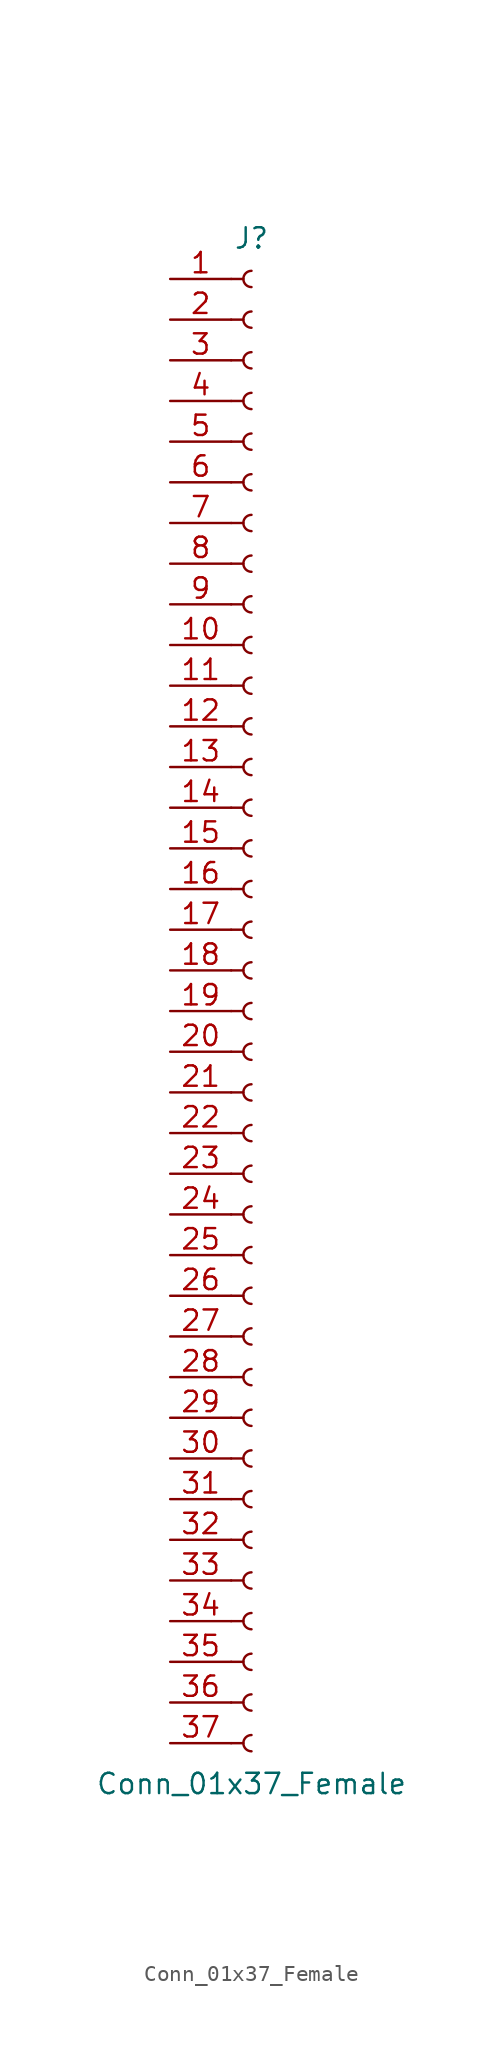
<source format=kicad_sym>
(kicad_symbol_lib
  (version 20201005)
  (generator kicad_symbol_editor)
  (symbol "Conn_01x37_Female"
    (pin_names
      (offset 1.016) hide)
    (property "Reference" "J"
      (at 0 48.26 0)
      (effects (font (size 1.27 1.27))))
    (property "Value" "Conn_01x37_Female"
      (at 0 -48.26 0)
      (effects (font (size 1.27 1.27))))
    (symbol "Conn_01x37_Female_1_1"
      (arc (start 0 -45.212) (end 0 -46.228) (radius (at 0 -45.72) (length 0.508) (angles 90.1 -90.1)) (stroke (width 0.1524)) (fill (type none)))
      (arc (start 0 -42.672) (end 0 -43.688) (radius (at 0 -43.18) (length 0.508) (angles 90.1 -90.1)) (stroke (width 0.1524)) (fill (type none)))
      (arc (start 0 -40.132) (end 0 -41.148) (radius (at 0 -40.64) (length 0.508) (angles 90.1 -90.1)) (stroke (width 0.1524)) (fill (type none)))
      (arc (start 0 -37.592) (end 0 -38.608) (radius (at 0 -38.1) (length 0.508) (angles 90.1 -90.1)) (stroke (width 0.1524)) (fill (type none)))
      (arc (start 0 -35.052) (end 0 -36.068) (radius (at 0 -35.56) (length 0.508) (angles 90.1 -90.1)) (stroke (width 0.1524)) (fill (type none)))
      (arc (start 0 -32.512) (end 0 -33.528) (radius (at 0 -33.02) (length 0.508) (angles 90.1 -90.1)) (stroke (width 0.1524)) (fill (type none)))
      (arc (start 0 -29.972) (end 0 -30.988) (radius (at 0 -30.48) (length 0.508) (angles 90.1 -90.1)) (stroke (width 0.1524)) (fill (type none)))
      (arc (start 0 -27.432) (end 0 -28.448) (radius (at 0 -27.94) (length 0.508) (angles 90.1 -90.1)) (stroke (width 0.1524)) (fill (type none)))
      (arc (start 0 -24.892) (end 0 -25.908) (radius (at 0 -25.4) (length 0.508) (angles 90.1 -90.1)) (stroke (width 0.1524)) (fill (type none)))
      (arc (start 0 -22.352) (end 0 -23.368) (radius (at 0 -22.86) (length 0.508) (angles 90.1 -90.1)) (stroke (width 0.1524)) (fill (type none)))
      (arc (start 0 -19.812) (end 0 -20.828) (radius (at 0 -20.32) (length 0.508) (angles 90.1 -90.1)) (stroke (width 0.1524)) (fill (type none)))
      (arc (start 0 -17.272) (end 0 -18.288) (radius (at 0 -17.78) (length 0.508) (angles 90.1 -90.1)) (stroke (width 0.1524)) (fill (type none)))
      (arc (start 0 -14.732) (end 0 -15.748) (radius (at 0 -15.24) (length 0.508) (angles 90.1 -90.1)) (stroke (width 0.1524)) (fill (type none)))
      (arc (start 0 -12.192) (end 0 -13.208) (radius (at 0 -12.7) (length 0.508) (angles 90.1 -90.1)) (stroke (width 0.1524)) (fill (type none)))
      (arc (start 0 -9.652) (end 0 -10.668) (radius (at 0 -10.16) (length 0.508) (angles 90.1 -90.1)) (stroke (width 0.1524)) (fill (type none)))
      (arc (start 0 -7.112) (end 0 -8.128) (radius (at 0 -7.62) (length 0.508) (angles 90.1 -90.1)) (stroke (width 0.1524)) (fill (type none)))
      (arc (start 0 -4.572) (end 0 -5.588) (radius (at 0 -5.08) (length 0.508) (angles 90.1 -90.1)) (stroke (width 0.1524)) (fill (type none)))
      (arc (start 0 -2.032) (end 0 -3.048) (radius (at 0 -2.54) (length 0.508) (angles 90.1 -90.1)) (stroke (width 0.1524)) (fill (type none)))
      (arc (start 0 0.508) (end 0 -0.508) (radius (at 0 0) (length 0.508) (angles 90.1 -90.1)) (stroke (width 0.1524)) (fill (type none)))
      (arc (start 0 3.048) (end 0 2.032) (radius (at 0 2.54) (length 0.508) (angles 90.1 -90.1)) (stroke (width 0.1524)) (fill (type none)))
      (arc (start 0 5.588) (end 0 4.572) (radius (at 0 5.08) (length 0.508) (angles 90.1 -90.1)) (stroke (width 0.1524)) (fill (type none)))
      (arc (start 0 8.128) (end 0 7.112) (radius (at 0 7.62) (length 0.508) (angles 90.1 -90.1)) (stroke (width 0.1524)) (fill (type none)))
      (arc (start 0 10.668) (end 0 9.652) (radius (at 0 10.16) (length 0.508) (angles 90.1 -90.1)) (stroke (width 0.1524)) (fill (type none)))
      (arc (start 0 13.208) (end 0 12.192) (radius (at 0 12.7) (length 0.508) (angles 90.1 -90.1)) (stroke (width 0.1524)) (fill (type none)))
      (arc (start 0 15.748) (end 0 14.732) (radius (at 0 15.24) (length 0.508) (angles 90.1 -90.1)) (stroke (width 0.1524)) (fill (type none)))
      (arc (start 0 18.288) (end 0 17.272) (radius (at 0 17.78) (length 0.508) (angles 90.1 -90.1)) (stroke (width 0.1524)) (fill (type none)))
      (arc (start 0 20.828) (end 0 19.812) (radius (at 0 20.32) (length 0.508) (angles 90.1 -90.1)) (stroke (width 0.1524)) (fill (type none)))
      (arc (start 0 23.368) (end 0 22.352) (radius (at 0 22.86) (length 0.508) (angles 90.1 -90.1)) (stroke (width 0.1524)) (fill (type none)))
      (arc (start 0 25.908) (end 0 24.892) (radius (at 0 25.4) (length 0.508) (angles 90.1 -90.1)) (stroke (width 0.1524)) (fill (type none)))
      (arc (start 0 28.448) (end 0 27.432) (radius (at 0 27.94) (length 0.508) (angles 90.1 -90.1)) (stroke (width 0.1524)) (fill (type none)))
      (arc (start 0 30.988) (end 0 29.972) (radius (at 0 30.48) (length 0.508) (angles 90.1 -90.1)) (stroke (width 0.1524)) (fill (type none)))
      (arc (start 0 33.528) (end 0 32.512) (radius (at 0 33.02) (length 0.508) (angles 90.1 -90.1)) (stroke (width 0.1524)) (fill (type none)))
      (arc (start 0 36.068) (end 0 35.052) (radius (at 0 35.56) (length 0.508) (angles 90.1 -90.1)) (stroke (width 0.1524)) (fill (type none)))
      (arc (start 0 38.608) (end 0 37.592) (radius (at 0 38.1) (length 0.508) (angles 90.1 -90.1)) (stroke (width 0.1524)) (fill (type none)))
      (arc (start 0 41.148) (end 0 40.132) (radius (at 0 40.64) (length 0.508) (angles 90.1 -90.1)) (stroke (width 0.1524)) (fill (type none)))
      (arc (start 0 43.688) (end 0 42.672) (radius (at 0 43.18) (length 0.508) (angles 90.1 -90.1)) (stroke (width 0.1524)) (fill (type none)))
      (arc (start 0 46.228) (end 0 45.212) (radius (at 0 45.72) (length 0.508) (angles 90.1 -90.1)) (stroke (width 0.1524)) (fill (type none)))
      (polyline (pts (xy -1.27 -45.72) (xy -0.508 -45.72)) (stroke (width 0.152)) (fill (type none)))
      (polyline (pts (xy -1.27 -43.18) (xy -0.508 -43.18)) (stroke (width 0.152)) (fill (type none)))
      (polyline (pts (xy -1.27 -40.64) (xy -0.508 -40.64)) (stroke (width 0.152)) (fill (type none)))
      (polyline (pts (xy -1.27 -38.1) (xy -0.508 -38.1)) (stroke (width 0.152)) (fill (type none)))
      (polyline (pts (xy -1.27 -35.56) (xy -0.508 -35.56)) (stroke (width 0.152)) (fill (type none)))
      (polyline (pts (xy -1.27 -33.02) (xy -0.508 -33.02)) (stroke (width 0.152)) (fill (type none)))
      (polyline (pts (xy -1.27 -30.48) (xy -0.508 -30.48)) (stroke (width 0.152)) (fill (type none)))
      (polyline (pts (xy -1.27 -27.94) (xy -0.508 -27.94)) (stroke (width 0.152)) (fill (type none)))
      (polyline (pts (xy -1.27 -25.4) (xy -0.508 -25.4)) (stroke (width 0.152)) (fill (type none)))
      (polyline (pts (xy -1.27 -22.86) (xy -0.508 -22.86)) (stroke (width 0.152)) (fill (type none)))
      (polyline (pts (xy -1.27 -20.32) (xy -0.508 -20.32)) (stroke (width 0.152)) (fill (type none)))
      (polyline (pts (xy -1.27 -17.78) (xy -0.508 -17.78)) (stroke (width 0.152)) (fill (type none)))
      (polyline (pts (xy -1.27 -15.24) (xy -0.508 -15.24)) (stroke (width 0.152)) (fill (type none)))
      (polyline (pts (xy -1.27 -12.7) (xy -0.508 -12.7)) (stroke (width 0.152)) (fill (type none)))
      (polyline (pts (xy -1.27 -10.16) (xy -0.508 -10.16)) (stroke (width 0.152)) (fill (type none)))
      (polyline (pts (xy -1.27 -7.62) (xy -0.508 -7.62)) (stroke (width 0.152)) (fill (type none)))
      (polyline (pts (xy -1.27 -5.08) (xy -0.508 -5.08)) (stroke (width 0.152)) (fill (type none)))
      (polyline (pts (xy -1.27 -2.54) (xy -0.508 -2.54)) (stroke (width 0.152)) (fill (type none)))
      (polyline (pts (xy -1.27 0) (xy -0.508 0)) (stroke (width 0.152)) (fill (type none)))
      (polyline (pts (xy -1.27 2.54) (xy -0.508 2.54)) (stroke (width 0.152)) (fill (type none)))
      (polyline (pts (xy -1.27 5.08) (xy -0.508 5.08)) (stroke (width 0.152)) (fill (type none)))
      (polyline (pts (xy -1.27 7.62) (xy -0.508 7.62)) (stroke (width 0.152)) (fill (type none)))
      (polyline (pts (xy -1.27 10.16) (xy -0.508 10.16)) (stroke (width 0.152)) (fill (type none)))
      (polyline (pts (xy -1.27 12.7) (xy -0.508 12.7)) (stroke (width 0.152)) (fill (type none)))
      (polyline (pts (xy -1.27 15.24) (xy -0.508 15.24)) (stroke (width 0.152)) (fill (type none)))
      (polyline (pts (xy -1.27 17.78) (xy -0.508 17.78)) (stroke (width 0.152)) (fill (type none)))
      (polyline (pts (xy -1.27 20.32) (xy -0.508 20.32)) (stroke (width 0.152)) (fill (type none)))
      (polyline (pts (xy -1.27 22.86) (xy -0.508 22.86)) (stroke (width 0.152)) (fill (type none)))
      (polyline (pts (xy -1.27 25.4) (xy -0.508 25.4)) (stroke (width 0.152)) (fill (type none)))
      (polyline (pts (xy -1.27 27.94) (xy -0.508 27.94)) (stroke (width 0.152)) (fill (type none)))
      (polyline (pts (xy -1.27 30.48) (xy -0.508 30.48)) (stroke (width 0.152)) (fill (type none)))
      (polyline (pts (xy -1.27 33.02) (xy -0.508 33.02)) (stroke (width 0.152)) (fill (type none)))
      (polyline (pts (xy -1.27 35.56) (xy -0.508 35.56)) (stroke (width 0.152)) (fill (type none)))
      (polyline (pts (xy -1.27 38.1) (xy -0.508 38.1)) (stroke (width 0.152)) (fill (type none)))
      (polyline (pts (xy -1.27 40.64) (xy -0.508 40.64)) (stroke (width 0.152)) (fill (type none)))
      (polyline (pts (xy -1.27 43.18) (xy -0.508 43.18)) (stroke (width 0.152)) (fill (type none)))
      (polyline (pts (xy -1.27 45.72) (xy -0.508 45.72)) (stroke (width 0.152)) (fill (type none)))
      (pin passive line (at -5.08 45.72 0) (length 3.81) (name "Pin_1" (effects (font (size 1.27 1.27)))) (number "1" (effects (font (size 1.27 1.27)))))
      (pin passive line (at -5.08 22.86 0) (length 3.81) (name "Pin_10" (effects (font (size 1.27 1.27)))) (number "10" (effects (font (size 1.27 1.27)))))
      (pin passive line (at -5.08 20.32 0) (length 3.81) (name "Pin_11" (effects (font (size 1.27 1.27)))) (number "11" (effects (font (size 1.27 1.27)))))
      (pin passive line (at -5.08 17.78 0) (length 3.81) (name "Pin_12" (effects (font (size 1.27 1.27)))) (number "12" (effects (font (size 1.27 1.27)))))
      (pin passive line (at -5.08 15.24 0) (length 3.81) (name "Pin_13" (effects (font (size 1.27 1.27)))) (number "13" (effects (font (size 1.27 1.27)))))
      (pin passive line (at -5.08 12.7 0) (length 3.81) (name "Pin_14" (effects (font (size 1.27 1.27)))) (number "14" (effects (font (size 1.27 1.27)))))
      (pin passive line (at -5.08 10.16 0) (length 3.81) (name "Pin_15" (effects (font (size 1.27 1.27)))) (number "15" (effects (font (size 1.27 1.27)))))
      (pin passive line (at -5.08 7.62 0) (length 3.81) (name "Pin_16" (effects (font (size 1.27 1.27)))) (number "16" (effects (font (size 1.27 1.27)))))
      (pin passive line (at -5.08 5.08 0) (length 3.81) (name "Pin_17" (effects (font (size 1.27 1.27)))) (number "17" (effects (font (size 1.27 1.27)))))
      (pin passive line (at -5.08 2.54 0) (length 3.81) (name "Pin_18" (effects (font (size 1.27 1.27)))) (number "18" (effects (font (size 1.27 1.27)))))
      (pin passive line (at -5.08 0 0) (length 3.81) (name "Pin_19" (effects (font (size 1.27 1.27)))) (number "19" (effects (font (size 1.27 1.27)))))
      (pin passive line (at -5.08 43.18 0) (length 3.81) (name "Pin_2" (effects (font (size 1.27 1.27)))) (number "2" (effects (font (size 1.27 1.27)))))
      (pin passive line (at -5.08 -2.54 0) (length 3.81) (name "Pin_20" (effects (font (size 1.27 1.27)))) (number "20" (effects (font (size 1.27 1.27)))))
      (pin passive line (at -5.08 -5.08 0) (length 3.81) (name "Pin_21" (effects (font (size 1.27 1.27)))) (number "21" (effects (font (size 1.27 1.27)))))
      (pin passive line (at -5.08 -7.62 0) (length 3.81) (name "Pin_22" (effects (font (size 1.27 1.27)))) (number "22" (effects (font (size 1.27 1.27)))))
      (pin passive line (at -5.08 -10.16 0) (length 3.81) (name "Pin_23" (effects (font (size 1.27 1.27)))) (number "23" (effects (font (size 1.27 1.27)))))
      (pin passive line (at -5.08 -12.7 0) (length 3.81) (name "Pin_24" (effects (font (size 1.27 1.27)))) (number "24" (effects (font (size 1.27 1.27)))))
      (pin passive line (at -5.08 -15.24 0) (length 3.81) (name "Pin_25" (effects (font (size 1.27 1.27)))) (number "25" (effects (font (size 1.27 1.27)))))
      (pin passive line (at -5.08 -17.78 0) (length 3.81) (name "Pin_26" (effects (font (size 1.27 1.27)))) (number "26" (effects (font (size 1.27 1.27)))))
      (pin passive line (at -5.08 -20.32 0) (length 3.81) (name "Pin_27" (effects (font (size 1.27 1.27)))) (number "27" (effects (font (size 1.27 1.27)))))
      (pin passive line (at -5.08 -22.86 0) (length 3.81) (name "Pin_28" (effects (font (size 1.27 1.27)))) (number "28" (effects (font (size 1.27 1.27)))))
      (pin passive line (at -5.08 -25.4 0) (length 3.81) (name "Pin_29" (effects (font (size 1.27 1.27)))) (number "29" (effects (font (size 1.27 1.27)))))
      (pin passive line (at -5.08 40.64 0) (length 3.81) (name "Pin_3" (effects (font (size 1.27 1.27)))) (number "3" (effects (font (size 1.27 1.27)))))
      (pin passive line (at -5.08 -27.94 0) (length 3.81) (name "Pin_30" (effects (font (size 1.27 1.27)))) (number "30" (effects (font (size 1.27 1.27)))))
      (pin passive line (at -5.08 -30.48 0) (length 3.81) (name "Pin_31" (effects (font (size 1.27 1.27)))) (number "31" (effects (font (size 1.27 1.27)))))
      (pin passive line (at -5.08 -33.02 0) (length 3.81) (name "Pin_32" (effects (font (size 1.27 1.27)))) (number "32" (effects (font (size 1.27 1.27)))))
      (pin passive line (at -5.08 -35.56 0) (length 3.81) (name "Pin_33" (effects (font (size 1.27 1.27)))) (number "33" (effects (font (size 1.27 1.27)))))
      (pin passive line (at -5.08 -38.1 0) (length 3.81) (name "Pin_34" (effects (font (size 1.27 1.27)))) (number "34" (effects (font (size 1.27 1.27)))))
      (pin passive line (at -5.08 -40.64 0) (length 3.81) (name "Pin_35" (effects (font (size 1.27 1.27)))) (number "35" (effects (font (size 1.27 1.27)))))
      (pin passive line (at -5.08 -43.18 0) (length 3.81) (name "Pin_36" (effects (font (size 1.27 1.27)))) (number "36" (effects (font (size 1.27 1.27)))))
      (pin passive line (at -5.08 -45.72 0) (length 3.81) (name "Pin_37" (effects (font (size 1.27 1.27)))) (number "37" (effects (font (size 1.27 1.27)))))
      (pin passive line (at -5.08 38.1 0) (length 3.81) (name "Pin_4" (effects (font (size 1.27 1.27)))) (number "4" (effects (font (size 1.27 1.27)))))
      (pin passive line (at -5.08 35.56 0) (length 3.81) (name "Pin_5" (effects (font (size 1.27 1.27)))) (number "5" (effects (font (size 1.27 1.27)))))
      (pin passive line (at -5.08 33.02 0) (length 3.81) (name "Pin_6" (effects (font (size 1.27 1.27)))) (number "6" (effects (font (size 1.27 1.27)))))
      (pin passive line (at -5.08 30.48 0) (length 3.81) (name "Pin_7" (effects (font (size 1.27 1.27)))) (number "7" (effects (font (size 1.27 1.27)))))
      (pin passive line (at -5.08 27.94 0) (length 3.81) (name "Pin_8" (effects (font (size 1.27 1.27)))) (number "8" (effects (font (size 1.27 1.27)))))
      (pin passive line (at -5.08 25.4 0) (length 3.81) (name "Pin_9" (effects (font (size 1.27 1.27)))) (number "9" (effects (font (size 1.27 1.27))))))))
</source>
